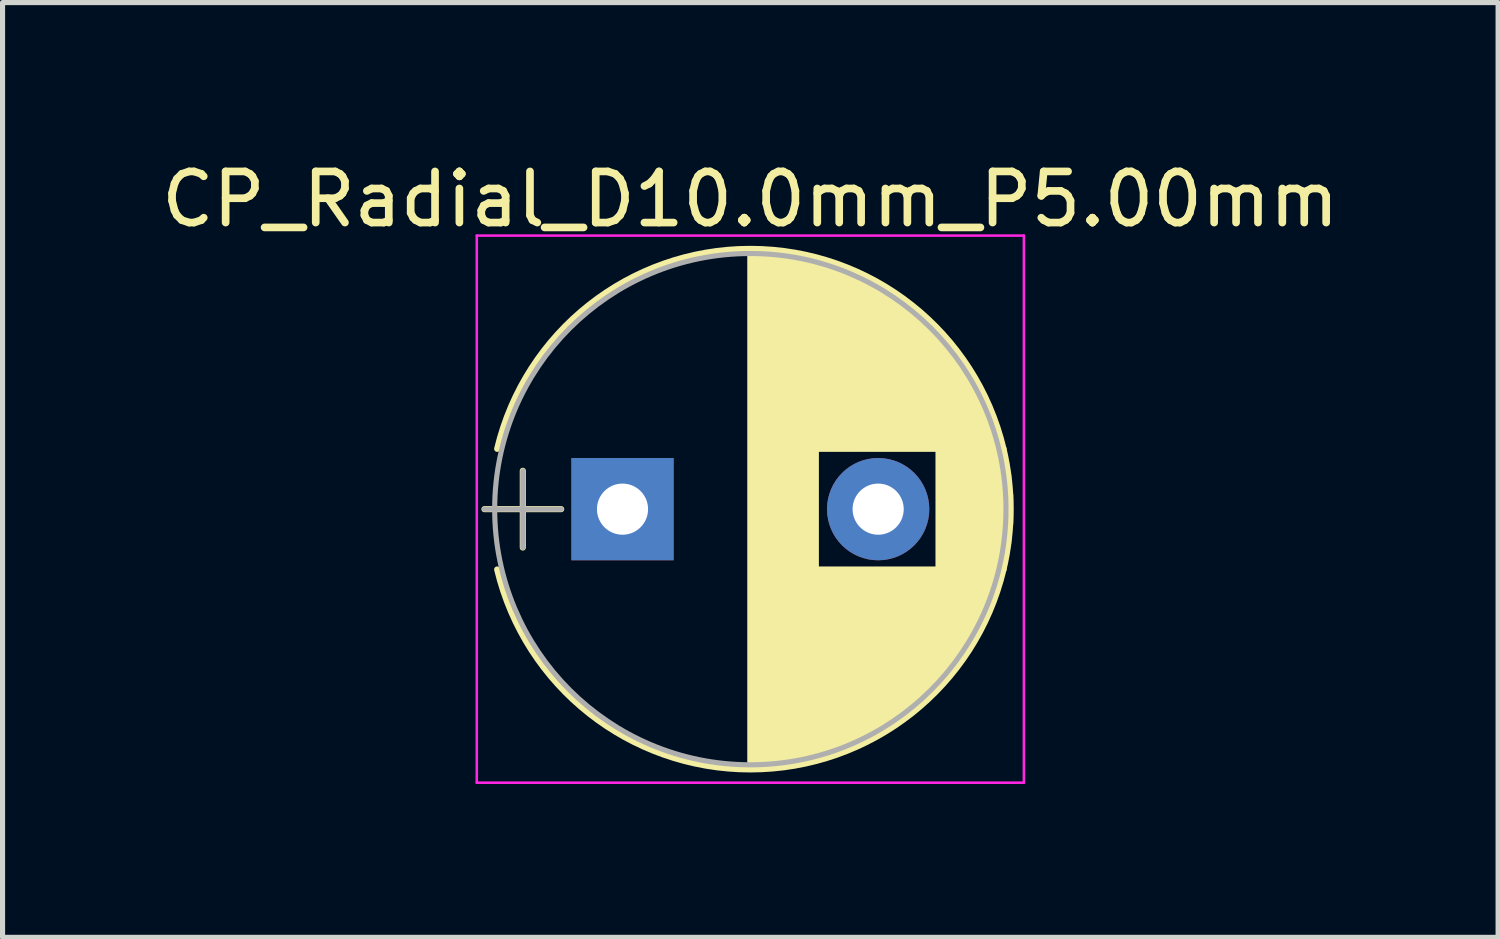
<source format=kicad_pcb>
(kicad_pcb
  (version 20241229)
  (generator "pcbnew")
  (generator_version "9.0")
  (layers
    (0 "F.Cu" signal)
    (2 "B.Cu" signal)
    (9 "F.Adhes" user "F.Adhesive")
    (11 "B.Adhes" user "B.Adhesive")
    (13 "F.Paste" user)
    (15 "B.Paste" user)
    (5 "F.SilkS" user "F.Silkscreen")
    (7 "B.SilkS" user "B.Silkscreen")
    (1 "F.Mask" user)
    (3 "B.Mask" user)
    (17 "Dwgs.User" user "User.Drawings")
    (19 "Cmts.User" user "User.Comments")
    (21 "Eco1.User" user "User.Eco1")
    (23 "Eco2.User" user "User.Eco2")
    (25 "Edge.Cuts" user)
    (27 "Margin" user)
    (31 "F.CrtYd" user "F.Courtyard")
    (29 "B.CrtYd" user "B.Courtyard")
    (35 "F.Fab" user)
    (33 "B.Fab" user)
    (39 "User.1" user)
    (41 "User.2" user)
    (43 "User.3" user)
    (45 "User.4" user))
  (footprint "CP_Radial_D10.0mm_P5.00mm"
    (layer "F.Cu")
    (at 9.125 6.908)
    (property "Reference" "CP_Radial_D10.0mm_P5.00mm" (at 2.5 -6.06 0) (layer "F.SilkS") (effects (font (size 1 1) (thickness 0.15))))
    (attr through_hole)
    (fp_line (start -2.7 0) (end -1.2 0) (stroke (width 0.12) (type solid)) (layer "F.SilkS"))
    (fp_line (start -1.95 -0.75) (end -1.95 0.75) (stroke (width 0.12) (type solid)) (layer "F.SilkS"))
    (fp_line (start 2.5 -5.05) (end 2.5 5.05) (stroke (width 0.12) (type solid)) (layer "F.SilkS"))
    (fp_line (start 2.54 -5.05) (end 2.54 5.05) (stroke (width 0.12) (type solid)) (layer "F.SilkS"))
    (fp_line (start 2.58 -5.05) (end 2.58 5.05) (stroke (width 0.12) (type solid)) (layer "F.SilkS"))
    (fp_line (start 2.62 -5.049) (end 2.62 5.049) (stroke (width 0.12) (type solid)) (layer "F.SilkS"))
    (fp_line (start 2.66 -5.048) (end 2.66 5.048) (stroke (width 0.12) (type solid)) (layer "F.SilkS"))
    (fp_line (start 2.7 -5.047) (end 2.7 5.047) (stroke (width 0.12) (type solid)) (layer "F.SilkS"))
    (fp_line (start 2.74 -5.045) (end 2.74 5.045) (stroke (width 0.12) (type solid)) (layer "F.SilkS"))
    (fp_line (start 2.78 -5.043) (end 2.78 5.043) (stroke (width 0.12) (type solid)) (layer "F.SilkS"))
    (fp_line (start 2.82 -5.04) (end 2.82 5.04) (stroke (width 0.12) (type solid)) (layer "F.SilkS"))
    (fp_line (start 2.86 -5.038) (end 2.86 5.038) (stroke (width 0.12) (type solid)) (layer "F.SilkS"))
    (fp_line (start 2.9 -5.035) (end 2.9 5.035) (stroke (width 0.12) (type solid)) (layer "F.SilkS"))
    (fp_line (start 2.94 -5.031) (end 2.94 5.031) (stroke (width 0.12) (type solid)) (layer "F.SilkS"))
    (fp_line (start 2.98 -5.028) (end 2.98 5.028) (stroke (width 0.12) (type solid)) (layer "F.SilkS"))
    (fp_line (start 3.02 -5.024) (end 3.02 5.024) (stroke (width 0.12) (type solid)) (layer "F.SilkS"))
    (fp_line (start 3.06 -5.02) (end 3.06 5.02) (stroke (width 0.12) (type solid)) (layer "F.SilkS"))
    (fp_line (start 3.1 -5.015) (end 3.1 5.015) (stroke (width 0.12) (type solid)) (layer "F.SilkS"))
    (fp_line (start 3.14 -5.01) (end 3.14 5.01) (stroke (width 0.12) (type solid)) (layer "F.SilkS"))
    (fp_line (start 3.18 -5.005) (end 3.18 5.005) (stroke (width 0.12) (type solid)) (layer "F.SilkS"))
    (fp_line (start 3.221 -4.999) (end 3.221 4.999) (stroke (width 0.12) (type solid)) (layer "F.SilkS"))
    (fp_line (start 3.261 -4.993) (end 3.261 4.993) (stroke (width 0.12) (type solid)) (layer "F.SilkS"))
    (fp_line (start 3.301 -4.987) (end 3.301 4.987) (stroke (width 0.12) (type solid)) (layer "F.SilkS"))
    (fp_line (start 3.341 -4.981) (end 3.341 4.981) (stroke (width 0.12) (type solid)) (layer "F.SilkS"))
    (fp_line (start 3.381 -4.974) (end 3.381 4.974) (stroke (width 0.12) (type solid)) (layer "F.SilkS"))
    (fp_line (start 3.421 -4.967) (end 3.421 4.967) (stroke (width 0.12) (type solid)) (layer "F.SilkS"))
    (fp_line (start 3.461 -4.959) (end 3.461 4.959) (stroke (width 0.12) (type solid)) (layer "F.SilkS"))
    (fp_line (start 3.501 -4.951) (end 3.501 4.951) (stroke (width 0.12) (type solid)) (layer "F.SilkS"))
    (fp_line (start 3.541 -4.943) (end 3.541 4.943) (stroke (width 0.12) (type solid)) (layer "F.SilkS"))
    (fp_line (start 3.581 -4.935) (end 3.581 4.935) (stroke (width 0.12) (type solid)) (layer "F.SilkS"))
    (fp_line (start 3.621 -4.926) (end 3.621 4.926) (stroke (width 0.12) (type solid)) (layer "F.SilkS"))
    (fp_line (start 3.661 -4.917) (end 3.661 4.917) (stroke (width 0.12) (type solid)) (layer "F.SilkS"))
    (fp_line (start 3.701 -4.907) (end 3.701 4.907) (stroke (width 0.12) (type solid)) (layer "F.SilkS"))
    (fp_line (start 3.741 -4.897) (end 3.741 4.897) (stroke (width 0.12) (type solid)) (layer "F.SilkS"))
    (fp_line (start 3.781 -4.887) (end 3.781 4.887) (stroke (width 0.12) (type solid)) (layer "F.SilkS"))
    (fp_line (start 3.821 -4.876) (end 3.821 -1.181) (stroke (width 0.12) (type solid)) (layer "F.SilkS"))
    (fp_line (start 3.821 1.181) (end 3.821 4.876) (stroke (width 0.12) (type solid)) (layer "F.SilkS"))
    (fp_line (start 3.861 -4.865) (end 3.861 -1.181) (stroke (width 0.12) (type solid)) (layer "F.SilkS"))
    (fp_line (start 3.861 1.181) (end 3.861 4.865) (stroke (width 0.12) (type solid)) (layer "F.SilkS"))
    (fp_line (start 3.901 -4.854) (end 3.901 -1.181) (stroke (width 0.12) (type solid)) (layer "F.SilkS"))
    (fp_line (start 3.901 1.181) (end 3.901 4.854) (stroke (width 0.12) (type solid)) (layer "F.SilkS"))
    (fp_line (start 3.941 -4.843) (end 3.941 -1.181) (stroke (width 0.12) (type solid)) (layer "F.SilkS"))
    (fp_line (start 3.941 1.181) (end 3.941 4.843) (stroke (width 0.12) (type solid)) (layer "F.SilkS"))
    (fp_line (start 3.981 -4.831) (end 3.981 -1.181) (stroke (width 0.12) (type solid)) (layer "F.SilkS"))
    (fp_line (start 3.981 1.181) (end 3.981 4.831) (stroke (width 0.12) (type solid)) (layer "F.SilkS"))
    (fp_line (start 4.021 -4.818) (end 4.021 -1.181) (stroke (width 0.12) (type solid)) (layer "F.SilkS"))
    (fp_line (start 4.021 1.181) (end 4.021 4.818) (stroke (width 0.12) (type solid)) (layer "F.SilkS"))
    (fp_line (start 4.061 -4.806) (end 4.061 -1.181) (stroke (width 0.12) (type solid)) (layer "F.SilkS"))
    (fp_line (start 4.061 1.181) (end 4.061 4.806) (stroke (width 0.12) (type solid)) (layer "F.SilkS"))
    (fp_line (start 4.101 -4.792) (end 4.101 -1.181) (stroke (width 0.12) (type solid)) (layer "F.SilkS"))
    (fp_line (start 4.101 1.181) (end 4.101 4.792) (stroke (width 0.12) (type solid)) (layer "F.SilkS"))
    (fp_line (start 4.141 -4.779) (end 4.141 -1.181) (stroke (width 0.12) (type solid)) (layer "F.SilkS"))
    (fp_line (start 4.141 1.181) (end 4.141 4.779) (stroke (width 0.12) (type solid)) (layer "F.SilkS"))
    (fp_line (start 4.181 -4.765) (end 4.181 -1.181) (stroke (width 0.12) (type solid)) (layer "F.SilkS"))
    (fp_line (start 4.181 1.181) (end 4.181 4.765) (stroke (width 0.12) (type solid)) (layer "F.SilkS"))
    (fp_line (start 4.221 -4.751) (end 4.221 -1.181) (stroke (width 0.12) (type solid)) (layer "F.SilkS"))
    (fp_line (start 4.221 1.181) (end 4.221 4.751) (stroke (width 0.12) (type solid)) (layer "F.SilkS"))
    (fp_line (start 4.261 -4.737) (end 4.261 -1.181) (stroke (width 0.12) (type solid)) (layer "F.SilkS"))
    (fp_line (start 4.261 1.181) (end 4.261 4.737) (stroke (width 0.12) (type solid)) (layer "F.SilkS"))
    (fp_line (start 4.301 -4.722) (end 4.301 -1.181) (stroke (width 0.12) (type solid)) (layer "F.SilkS"))
    (fp_line (start 4.301 1.181) (end 4.301 4.722) (stroke (width 0.12) (type solid)) (layer "F.SilkS"))
    (fp_line (start 4.341 -4.706) (end 4.341 -1.181) (stroke (width 0.12) (type solid)) (layer "F.SilkS"))
    (fp_line (start 4.341 1.181) (end 4.341 4.706) (stroke (width 0.12) (type solid)) (layer "F.SilkS"))
    (fp_line (start 4.381 -4.691) (end 4.381 -1.181) (stroke (width 0.12) (type solid)) (layer "F.SilkS"))
    (fp_line (start 4.381 1.181) (end 4.381 4.691) (stroke (width 0.12) (type solid)) (layer "F.SilkS"))
    (fp_line (start 4.421 -4.674) (end 4.421 -1.181) (stroke (width 0.12) (type solid)) (layer "F.SilkS"))
    (fp_line (start 4.421 1.181) (end 4.421 4.674) (stroke (width 0.12) (type solid)) (layer "F.SilkS"))
    (fp_line (start 4.461 -4.658) (end 4.461 -1.181) (stroke (width 0.12) (type solid)) (layer "F.SilkS"))
    (fp_line (start 4.461 1.181) (end 4.461 4.658) (stroke (width 0.12) (type solid)) (layer "F.SilkS"))
    (fp_line (start 4.501 -4.641) (end 4.501 -1.181) (stroke (width 0.12) (type solid)) (layer "F.SilkS"))
    (fp_line (start 4.501 1.181) (end 4.501 4.641) (stroke (width 0.12) (type solid)) (layer "F.SilkS"))
    (fp_line (start 4.541 -4.624) (end 4.541 -1.181) (stroke (width 0.12) (type solid)) (layer "F.SilkS"))
    (fp_line (start 4.541 1.181) (end 4.541 4.624) (stroke (width 0.12) (type solid)) (layer "F.SilkS"))
    (fp_line (start 4.581 -4.606) (end 4.581 -1.181) (stroke (width 0.12) (type solid)) (layer "F.SilkS"))
    (fp_line (start 4.581 1.181) (end 4.581 4.606) (stroke (width 0.12) (type solid)) (layer "F.SilkS"))
    (fp_line (start 4.621 -4.588) (end 4.621 -1.181) (stroke (width 0.12) (type solid)) (layer "F.SilkS"))
    (fp_line (start 4.621 1.181) (end 4.621 4.588) (stroke (width 0.12) (type solid)) (layer "F.SilkS"))
    (fp_line (start 4.661 -4.569) (end 4.661 -1.181) (stroke (width 0.12) (type solid)) (layer "F.SilkS"))
    (fp_line (start 4.661 1.181) (end 4.661 4.569) (stroke (width 0.12) (type solid)) (layer "F.SilkS"))
    (fp_line (start 4.701 -4.55) (end 4.701 -1.181) (stroke (width 0.12) (type solid)) (layer "F.SilkS"))
    (fp_line (start 4.701 1.181) (end 4.701 4.55) (stroke (width 0.12) (type solid)) (layer "F.SilkS"))
    (fp_line (start 4.741 -4.531) (end 4.741 -1.181) (stroke (width 0.12) (type solid)) (layer "F.SilkS"))
    (fp_line (start 4.741 1.181) (end 4.741 4.531) (stroke (width 0.12) (type solid)) (layer "F.SilkS"))
    (fp_line (start 4.781 -4.511) (end 4.781 -1.181) (stroke (width 0.12) (type solid)) (layer "F.SilkS"))
    (fp_line (start 4.781 1.181) (end 4.781 4.511) (stroke (width 0.12) (type solid)) (layer "F.SilkS"))
    (fp_line (start 4.821 -4.491) (end 4.821 -1.181) (stroke (width 0.12) (type solid)) (layer "F.SilkS"))
    (fp_line (start 4.821 1.181) (end 4.821 4.491) (stroke (width 0.12) (type solid)) (layer "F.SilkS"))
    (fp_line (start 4.861 -4.47) (end 4.861 -1.181) (stroke (width 0.12) (type solid)) (layer "F.SilkS"))
    (fp_line (start 4.861 1.181) (end 4.861 4.47) (stroke (width 0.12) (type solid)) (layer "F.SilkS"))
    (fp_line (start 4.901 -4.449) (end 4.901 -1.181) (stroke (width 0.12) (type solid)) (layer "F.SilkS"))
    (fp_line (start 4.901 1.181) (end 4.901 4.449) (stroke (width 0.12) (type solid)) (layer "F.SilkS"))
    (fp_line (start 4.941 -4.428) (end 4.941 -1.181) (stroke (width 0.12) (type solid)) (layer "F.SilkS"))
    (fp_line (start 4.941 1.181) (end 4.941 4.428) (stroke (width 0.12) (type solid)) (layer "F.SilkS"))
    (fp_line (start 4.981 -4.405) (end 4.981 -1.181) (stroke (width 0.12) (type solid)) (layer "F.SilkS"))
    (fp_line (start 4.981 1.181) (end 4.981 4.405) (stroke (width 0.12) (type solid)) (layer "F.SilkS"))
    (fp_line (start 5.021 -4.383) (end 5.021 -1.181) (stroke (width 0.12) (type solid)) (layer "F.SilkS"))
    (fp_line (start 5.021 1.181) (end 5.021 4.383) (stroke (width 0.12) (type solid)) (layer "F.SilkS"))
    (fp_line (start 5.061 -4.36) (end 5.061 -1.181) (stroke (width 0.12) (type solid)) (layer "F.SilkS"))
    (fp_line (start 5.061 1.181) (end 5.061 4.36) (stroke (width 0.12) (type solid)) (layer "F.SilkS"))
    (fp_line (start 5.101 -4.336) (end 5.101 -1.181) (stroke (width 0.12) (type solid)) (layer "F.SilkS"))
    (fp_line (start 5.101 1.181) (end 5.101 4.336) (stroke (width 0.12) (type solid)) (layer "F.SilkS"))
    (fp_line (start 5.141 -4.312) (end 5.141 -1.181) (stroke (width 0.12) (type solid)) (layer "F.SilkS"))
    (fp_line (start 5.141 1.181) (end 5.141 4.312) (stroke (width 0.12) (type solid)) (layer "F.SilkS"))
    (fp_line (start 5.181 -4.288) (end 5.181 -1.181) (stroke (width 0.12) (type solid)) (layer "F.SilkS"))
    (fp_line (start 5.181 1.181) (end 5.181 4.288) (stroke (width 0.12) (type solid)) (layer "F.SilkS"))
    (fp_line (start 5.221 -4.263) (end 5.221 -1.181) (stroke (width 0.12) (type solid)) (layer "F.SilkS"))
    (fp_line (start 5.221 1.181) (end 5.221 4.263) (stroke (width 0.12) (type solid)) (layer "F.SilkS"))
    (fp_line (start 5.261 -4.237) (end 5.261 -1.181) (stroke (width 0.12) (type solid)) (layer "F.SilkS"))
    (fp_line (start 5.261 1.181) (end 5.261 4.237) (stroke (width 0.12) (type solid)) (layer "F.SilkS"))
    (fp_line (start 5.301 -4.211) (end 5.301 -1.181) (stroke (width 0.12) (type solid)) (layer "F.SilkS"))
    (fp_line (start 5.301 1.181) (end 5.301 4.211) (stroke (width 0.12) (type solid)) (layer "F.SilkS"))
    (fp_line (start 5.341 -4.185) (end 5.341 -1.181) (stroke (width 0.12) (type solid)) (layer "F.SilkS"))
    (fp_line (start 5.341 1.181) (end 5.341 4.185) (stroke (width 0.12) (type solid)) (layer "F.SilkS"))
    (fp_line (start 5.381 -4.157) (end 5.381 -1.181) (stroke (width 0.12) (type solid)) (layer "F.SilkS"))
    (fp_line (start 5.381 1.181) (end 5.381 4.157) (stroke (width 0.12) (type solid)) (layer "F.SilkS"))
    (fp_line (start 5.421 -4.13) (end 5.421 -1.181) (stroke (width 0.12) (type solid)) (layer "F.SilkS"))
    (fp_line (start 5.421 1.181) (end 5.421 4.13) (stroke (width 0.12) (type solid)) (layer "F.SilkS"))
    (fp_line (start 5.461 -4.101) (end 5.461 -1.181) (stroke (width 0.12) (type solid)) (layer "F.SilkS"))
    (fp_line (start 5.461 1.181) (end 5.461 4.101) (stroke (width 0.12) (type solid)) (layer "F.SilkS"))
    (fp_line (start 5.501 -4.072) (end 5.501 -1.181) (stroke (width 0.12) (type solid)) (layer "F.SilkS"))
    (fp_line (start 5.501 1.181) (end 5.501 4.072) (stroke (width 0.12) (type solid)) (layer "F.SilkS"))
    (fp_line (start 5.541 -4.043) (end 5.541 -1.181) (stroke (width 0.12) (type solid)) (layer "F.SilkS"))
    (fp_line (start 5.541 1.181) (end 5.541 4.043) (stroke (width 0.12) (type solid)) (layer "F.SilkS"))
    (fp_line (start 5.581 -4.013) (end 5.581 -1.181) (stroke (width 0.12) (type solid)) (layer "F.SilkS"))
    (fp_line (start 5.581 1.181) (end 5.581 4.013) (stroke (width 0.12) (type solid)) (layer "F.SilkS"))
    (fp_line (start 5.621 -3.982) (end 5.621 -1.181) (stroke (width 0.12) (type solid)) (layer "F.SilkS"))
    (fp_line (start 5.621 1.181) (end 5.621 3.982) (stroke (width 0.12) (type solid)) (layer "F.SilkS"))
    (fp_line (start 5.661 -3.951) (end 5.661 -1.181) (stroke (width 0.12) (type solid)) (layer "F.SilkS"))
    (fp_line (start 5.661 1.181) (end 5.661 3.951) (stroke (width 0.12) (type solid)) (layer "F.SilkS"))
    (fp_line (start 5.701 -3.919) (end 5.701 -1.181) (stroke (width 0.12) (type solid)) (layer "F.SilkS"))
    (fp_line (start 5.701 1.181) (end 5.701 3.919) (stroke (width 0.12) (type solid)) (layer "F.SilkS"))
    (fp_line (start 5.741 -3.886) (end 5.741 -1.181) (stroke (width 0.12) (type solid)) (layer "F.SilkS"))
    (fp_line (start 5.741 1.181) (end 5.741 3.886) (stroke (width 0.12) (type solid)) (layer "F.SilkS"))
    (fp_line (start 5.781 -3.853) (end 5.781 -1.181) (stroke (width 0.12) (type solid)) (layer "F.SilkS"))
    (fp_line (start 5.781 1.181) (end 5.781 3.853) (stroke (width 0.12) (type solid)) (layer "F.SilkS"))
    (fp_line (start 5.821 -3.819) (end 5.821 -1.181) (stroke (width 0.12) (type solid)) (layer "F.SilkS"))
    (fp_line (start 5.821 1.181) (end 5.821 3.819) (stroke (width 0.12) (type solid)) (layer "F.SilkS"))
    (fp_line (start 5.861 -3.784) (end 5.861 -1.181) (stroke (width 0.12) (type solid)) (layer "F.SilkS"))
    (fp_line (start 5.861 1.181) (end 5.861 3.784) (stroke (width 0.12) (type solid)) (layer "F.SilkS"))
    (fp_line (start 5.901 -3.748) (end 5.901 -1.181) (stroke (width 0.12) (type solid)) (layer "F.SilkS"))
    (fp_line (start 5.901 1.181) (end 5.901 3.748) (stroke (width 0.12) (type solid)) (layer "F.SilkS"))
    (fp_line (start 5.941 -3.712) (end 5.941 -1.181) (stroke (width 0.12) (type solid)) (layer "F.SilkS"))
    (fp_line (start 5.941 1.181) (end 5.941 3.712) (stroke (width 0.12) (type solid)) (layer "F.SilkS"))
    (fp_line (start 5.981 -3.675) (end 5.981 -1.181) (stroke (width 0.12) (type solid)) (layer "F.SilkS"))
    (fp_line (start 5.981 1.181) (end 5.981 3.675) (stroke (width 0.12) (type solid)) (layer "F.SilkS"))
    (fp_line (start 6.021 -3.637) (end 6.021 -1.181) (stroke (width 0.12) (type solid)) (layer "F.SilkS"))
    (fp_line (start 6.021 1.181) (end 6.021 3.637) (stroke (width 0.12) (type solid)) (layer "F.SilkS"))
    (fp_line (start 6.061 -3.598) (end 6.061 -1.181) (stroke (width 0.12) (type solid)) (layer "F.SilkS"))
    (fp_line (start 6.061 1.181) (end 6.061 3.598) (stroke (width 0.12) (type solid)) (layer "F.SilkS"))
    (fp_line (start 6.101 -3.559) (end 6.101 -1.181) (stroke (width 0.12) (type solid)) (layer "F.SilkS"))
    (fp_line (start 6.101 1.181) (end 6.101 3.559) (stroke (width 0.12) (type solid)) (layer "F.SilkS"))
    (fp_line (start 6.141 -3.518) (end 6.141 -1.181) (stroke (width 0.12) (type solid)) (layer "F.SilkS"))
    (fp_line (start 6.141 1.181) (end 6.141 3.518) (stroke (width 0.12) (type solid)) (layer "F.SilkS"))
    (fp_line (start 6.181 -3.477) (end 6.181 3.477) (stroke (width 0.12) (type solid)) (layer "F.SilkS"))
    (fp_line (start 6.221 -3.435) (end 6.221 3.435) (stroke (width 0.12) (type solid)) (layer "F.SilkS"))
    (fp_line (start 6.261 -3.391) (end 6.261 3.391) (stroke (width 0.12) (type solid)) (layer "F.SilkS"))
    (fp_line (start 6.301 -3.347) (end 6.301 3.347) (stroke (width 0.12) (type solid)) (layer "F.SilkS"))
    (fp_line (start 6.341 -3.302) (end 6.341 3.302) (stroke (width 0.12) (type solid)) (layer "F.SilkS"))
    (fp_line (start 6.381 -3.255) (end 6.381 3.255) (stroke (width 0.12) (type solid)) (layer "F.SilkS"))
    (fp_line (start 6.421 -3.207) (end 6.421 3.207) (stroke (width 0.12) (type solid)) (layer "F.SilkS"))
    (fp_line (start 6.461 -3.158) (end 6.461 3.158) (stroke (width 0.12) (type solid)) (layer "F.SilkS"))
    (fp_line (start 6.501 -3.108) (end 6.501 3.108) (stroke (width 0.12) (type solid)) (layer "F.SilkS"))
    (fp_line (start 6.541 -3.057) (end 6.541 3.057) (stroke (width 0.12) (type solid)) (layer "F.SilkS"))
    (fp_line (start 6.581 -3.004) (end 6.581 3.004) (stroke (width 0.12) (type solid)) (layer "F.SilkS"))
    (fp_line (start 6.621 -2.949) (end 6.621 2.949) (stroke (width 0.12) (type solid)) (layer "F.SilkS"))
    (fp_line (start 6.661 -2.894) (end 6.661 2.894) (stroke (width 0.12) (type solid)) (layer "F.SilkS"))
    (fp_line (start 6.701 -2.836) (end 6.701 2.836) (stroke (width 0.12) (type solid)) (layer "F.SilkS"))
    (fp_line (start 6.741 -2.777) (end 6.741 2.777) (stroke (width 0.12) (type solid)) (layer "F.SilkS"))
    (fp_line (start 6.781 -2.715) (end 6.781 2.715) (stroke (width 0.12) (type solid)) (layer "F.SilkS"))
    (fp_line (start 6.821 -2.652) (end 6.821 2.652) (stroke (width 0.12) (type solid)) (layer "F.SilkS"))
    (fp_line (start 6.861 -2.587) (end 6.861 2.587) (stroke (width 0.12) (type solid)) (layer "F.SilkS"))
    (fp_line (start 6.901 -2.519) (end 6.901 2.519) (stroke (width 0.12) (type solid)) (layer "F.SilkS"))
    (fp_line (start 6.941 -2.449) (end 6.941 2.449) (stroke (width 0.12) (type solid)) (layer "F.SilkS"))
    (fp_line (start 6.981 -2.377) (end 6.981 2.377) (stroke (width 0.12) (type solid)) (layer "F.SilkS"))
    (fp_line (start 7.021 -2.301) (end 7.021 2.301) (stroke (width 0.12) (type solid)) (layer "F.SilkS"))
    (fp_line (start 7.061 -2.222) (end 7.061 2.222) (stroke (width 0.12) (type solid)) (layer "F.SilkS"))
    (fp_line (start 7.101 -2.14) (end 7.101 2.14) (stroke (width 0.12) (type solid)) (layer "F.SilkS"))
    (fp_line (start 7.141 -2.053) (end 7.141 2.053) (stroke (width 0.12) (type solid)) (layer "F.SilkS"))
    (fp_line (start 7.181 -1.962) (end 7.181 1.962) (stroke (width 0.12) (type solid)) (layer "F.SilkS"))
    (fp_line (start 7.221 -1.866) (end 7.221 1.866) (stroke (width 0.12) (type solid)) (layer "F.SilkS"))
    (fp_line (start 7.261 -1.763) (end 7.261 1.763) (stroke (width 0.12) (type solid)) (layer "F.SilkS"))
    (fp_line (start 7.301 -1.654) (end 7.301 1.654) (stroke (width 0.12) (type solid)) (layer "F.SilkS"))
    (fp_line (start 7.341 -1.536) (end 7.341 1.536) (stroke (width 0.12) (type solid)) (layer "F.SilkS"))
    (fp_line (start 7.381 -1.407) (end 7.381 1.407) (stroke (width 0.12) (type solid)) (layer "F.SilkS"))
    (fp_line (start 7.421 -1.265) (end 7.421 1.265) (stroke (width 0.12) (type solid)) (layer "F.SilkS"))
    (fp_line (start 7.461 -1.104) (end 7.461 1.104) (stroke (width 0.12) (type solid)) (layer "F.SilkS"))
    (fp_line (start 7.501 -0.913) (end 7.501 0.913) (stroke (width 0.12) (type solid)) (layer "F.SilkS"))
    (fp_line (start 7.541 -0.672) (end 7.541 0.672) (stroke (width 0.12) (type solid)) (layer "F.SilkS"))
    (fp_line (start 7.581 -0.279) (end 7.581 0.279) (stroke (width 0.12) (type solid)) (layer "F.SilkS"))
    (fp_arc (start -2.451333 -1.18) (mid 2.500414 -5.09) (end 7.451525 -1.179194) (stroke (width 0.12) (type solid)) (layer "F.SilkS"))
    (fp_arc (start 7.451333 -1.18) (mid 7.59 -0.000414) (end 7.451525 1.179194) (stroke (width 0.12) (type solid)) (layer "F.SilkS"))
    (fp_arc (start 7.451525 1.179194) (mid 2.500414 5.09) (end -2.451333 1.18) (stroke (width 0.12) (type solid)) (layer "F.SilkS"))
    (fp_line (start -2.85 -5.35) (end -2.85 5.35) (stroke (width 0.05) (type solid)) (layer "F.CrtYd"))
    (fp_line (start -2.85 5.35) (end 7.85 5.35) (stroke (width 0.05) (type solid)) (layer "F.CrtYd"))
    (fp_line (start 7.85 -5.35) (end -2.85 -5.35) (stroke (width 0.05) (type solid)) (layer "F.CrtYd"))
    (fp_line (start 7.85 5.35) (end 7.85 -5.35) (stroke (width 0.05) (type solid)) (layer "F.CrtYd"))
    (fp_line (start -2.7 0) (end -1.2 0) (stroke (width 0.1) (type solid)) (layer "F.Fab"))
    (fp_line (start -1.95 -0.75) (end -1.95 0.75) (stroke (width 0.1) (type solid)) (layer "F.Fab"))
    (fp_circle (center 2.5 0) (end 7.5 0) (stroke (width 0.1) (type solid)) (fill no) (layer "F.Fab"))
    (pad "1" thru_hole rect (at 0 0) (size 2 2) (drill 1) (layers "*.Cu" "*.Mask"))
    (pad "2" thru_hole circle (at 5 0) (size 2 2) (drill 1) (layers "*.Cu" "*.Mask")))
  (gr_rect
    (start -3 -3)
    (end 26.25 15.283)
    (stroke (width 0.1) (type default))
    (fill no)
    (layer "Edge.Cuts")))
</source>
